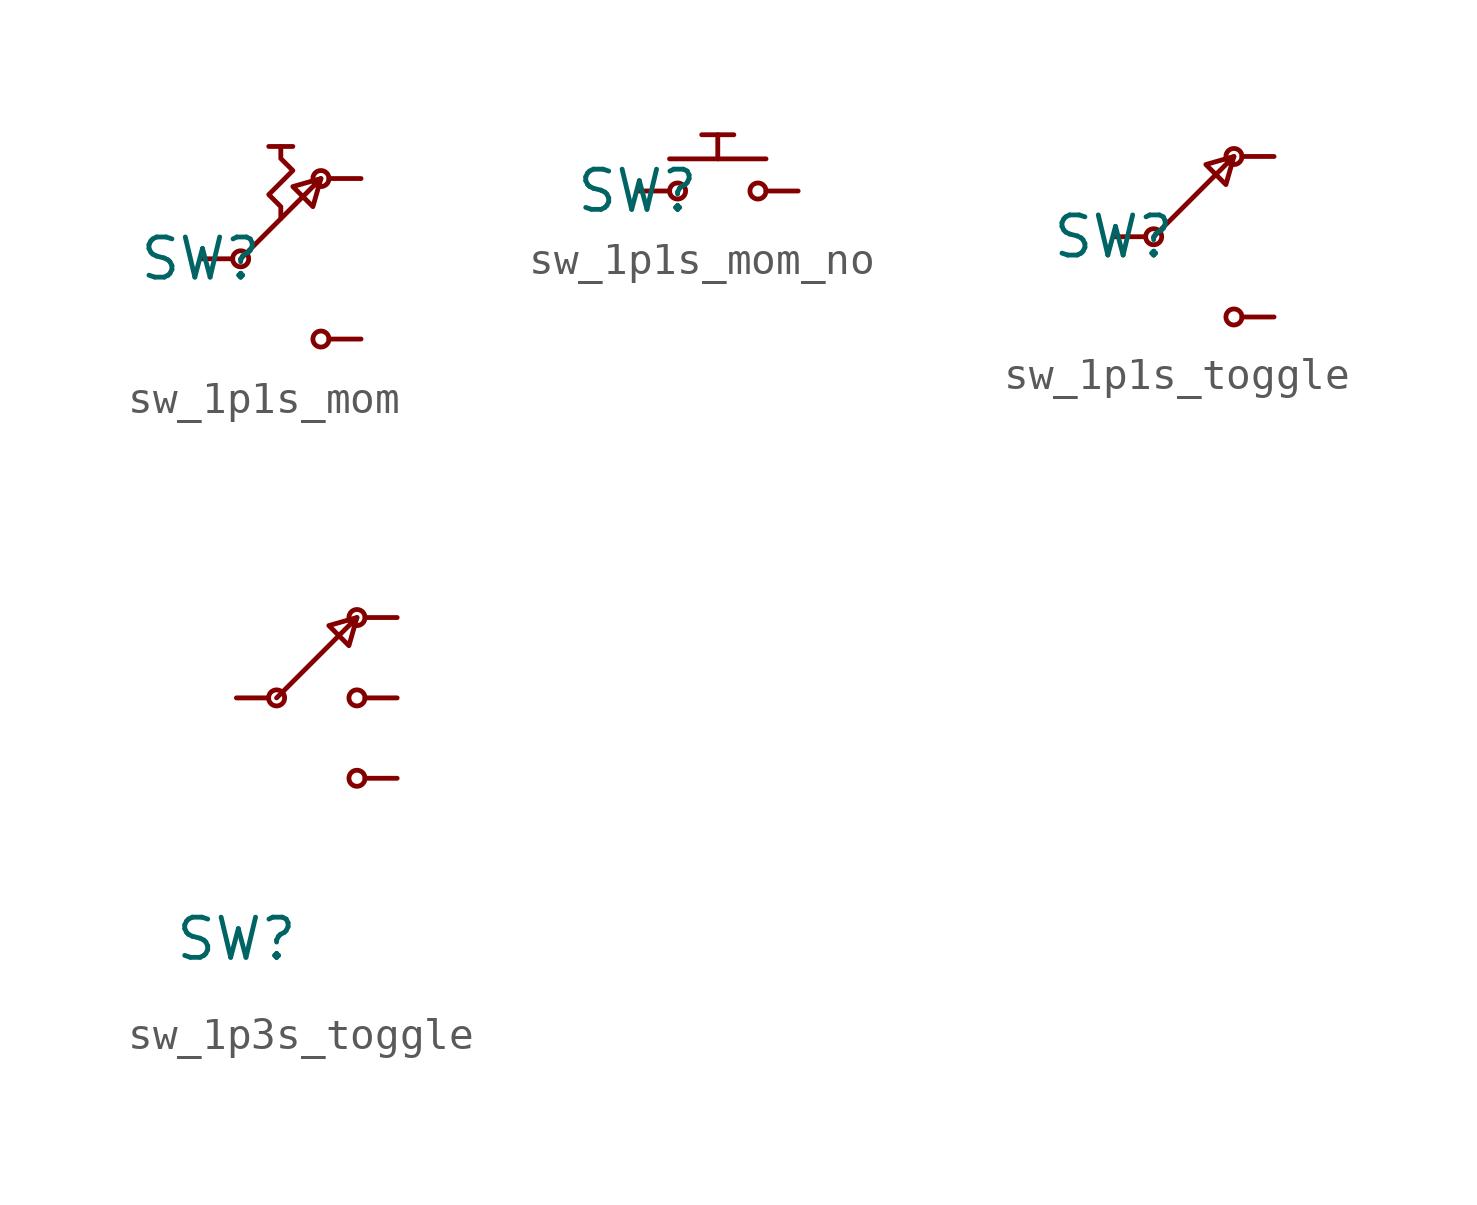
<source format=kicad_sym>
(kicad_symbol_lib
  (version 20231120)
  (generator "kicad_symbol_editor")
  (generator_version "8.0")
  (symbol "sw_1p1s_mom"
    (pin_numbers hide)
    (pin_names hide)
    (property "Reference" "SW"
      (at 1.27 0 0)
      (effects (font (size 1.27 1.27))))
    (property "Value" ""
      (at 0 0 0)
      (effects (font (size 1.27 1.27))))
    (symbol "sw_1p1s_mom_0_1"
      (polyline (pts (xy 2.54 0) (xy 5.08 2.54)) (stroke (width 0) (type default)) (fill (type none)))
      (polyline (pts (xy 3.429 3.556) (xy 4.191 3.556)) (stroke (width 0) (type default)) (fill (type none)))
      (polyline (pts (xy 5.08 2.54) (xy 4.191 2.286) (xy 4.826 1.651) (xy 5.08 2.54)) (stroke (width 0) (type default)) (fill (type none)))
      (polyline (pts (xy 3.81 1.27) (xy 3.81 1.651) (xy 3.429 2.032) (xy 4.191 2.794) (xy 3.81 3.175) (xy 3.81 3.556)) (stroke (width 0) (type default)) (fill (type none)))
      (circle (center 2.54 0) (radius 0.254) (stroke (width 0) (type default)) (fill (type none)))
      (circle (center 5.08 -2.54) (radius 0.254) (stroke (width 0) (type default)) (fill (type none)))
      (circle (center 5.08 2.54) (radius 0.254) (stroke (width 0) (type default)) (fill (type none))))
    (symbol "sw_1p1s_mom_1_0"
      (pin passive line (at 1.27 0 0) (length 1.016) (name "COM" (effects (font (size 1.27 1.27)))) (number "1" (effects (font (size 1.27 1.27)))))
      (pin passive line (at 6.35 2.54 180) (length 1.016) (name "A" (effects (font (size 1.27 1.27)))) (number "2" (effects (font (size 1.27 1.27)))))
      (pin passive line (at 6.35 -2.54 180) (length 1.016) (name "B" (effects (font (size 1.27 1.27)))) (number "3" (effects (font (size 1.27 1.27)))))))
  (symbol "sw_1p1s_mom_no"
    (pin_numbers hide)
    (pin_names hide)
    (property "Reference" "SW"
      (at 0 0 0)
      (effects (font (size 1.27 1.27))))
    (property "Value" ""
      (at 0 0 0)
      (effects (font (size 1.27 1.27))))
    (symbol "sw_1p1s_mom_no_0_1"
      (circle (center 1.27 0) (radius 0.254) (stroke (width 0) (type default)) (fill (type none)))
      (circle (center 3.81 0) (radius 0.254) (stroke (width 0) (type default)) (fill (type none))))
    (symbol "sw_1p1s_mom_no_1_0"
      (pin passive line (at 5.08 0 180) (length 1.016) (name "A" (effects (font (size 1.27 1.27)))) (number "1" (effects (font (size 1.27 1.27)))))
      (pin passive line (at 0 0 0) (length 1.016) (name "B" (effects (font (size 1.27 1.27)))) (number "2" (effects (font (size 1.27 1.27))))))
    (symbol "sw_1p1s_mom_no_1_1"
      (polyline (pts (xy 1.016 1.016) (xy 4.064 1.016)) (stroke (width 0) (type default)) (fill (type none)))
      (polyline (pts (xy 2.032 1.778) (xy 3.048 1.778)) (stroke (width 0) (type default)) (fill (type none)))
      (polyline (pts (xy 2.54 1.016) (xy 2.54 1.778)) (stroke (width 0) (type default)) (fill (type none)))))
  (symbol "sw_1p1s_toggle"
    (pin_numbers hide)
    (pin_names hide)
    (property "Reference" "SW"
      (at 1.27 0 0)
      (effects (font (size 1.27 1.27))))
    (property "Value" ""
      (at 0 0 0)
      (effects (font (size 1.27 1.27))))
    (symbol "sw_1p1s_toggle_0_1"
      (polyline (pts (xy 2.54 0) (xy 5.08 2.54)) (stroke (width 0) (type default)) (fill (type none)))
      (polyline (pts (xy 5.08 2.54) (xy 4.191 2.286) (xy 4.826 1.651) (xy 5.08 2.54)) (stroke (width 0) (type default)) (fill (type none)))
      (circle (center 2.54 0) (radius 0.254) (stroke (width 0) (type default)) (fill (type none)))
      (circle (center 5.08 -2.54) (radius 0.254) (stroke (width 0) (type default)) (fill (type none)))
      (circle (center 5.08 2.54) (radius 0.254) (stroke (width 0) (type default)) (fill (type none))))
    (symbol "sw_1p1s_toggle_1_0"
      (pin passive line (at 1.27 0 0) (length 1.016) (name "COM" (effects (font (size 1.27 1.27)))) (number "1" (effects (font (size 1.27 1.27)))))
      (pin passive line (at 6.35 2.54 180) (length 1.016) (name "A" (effects (font (size 1.27 1.27)))) (number "2" (effects (font (size 1.27 1.27)))))
      (pin passive line (at 6.35 -2.54 180) (length 1.016) (name "B" (effects (font (size 1.27 1.27)))) (number "3" (effects (font (size 1.27 1.27)))))))
  (symbol "sw_1p3s_toggle"
    (pin_numbers hide)
    (pin_names hide)
    (property "Reference" "SW"
      (at 0 0 0)
      (effects (font (size 1.27 1.27))))
    (property "Value" ""
      (at 0 0 0)
      (effects (font (size 1.27 1.27))))
    (symbol "sw_1p3s_toggle_0_1"
      (polyline (pts (xy 1.27 7.62) (xy 3.81 10.16)) (stroke (width 0) (type default)) (fill (type none)))
      (polyline (pts (xy 3.81 10.16) (xy 2.921 9.906) (xy 3.556 9.271) (xy 3.81 10.16)) (stroke (width 0) (type default)) (fill (type none)))
      (circle (center 1.27 7.62) (radius 0.254) (stroke (width 0) (type default)) (fill (type none)))
      (circle (center 3.81 5.08) (radius 0.254) (stroke (width 0) (type default)) (fill (type none)))
      (circle (center 3.81 7.62) (radius 0.254) (stroke (width 0) (type default)) (fill (type none)))
      (circle (center 3.81 10.16) (radius 0.254) (stroke (width 0) (type default)) (fill (type none))))
    (symbol "sw_1p3s_toggle_1_0"
      (pin passive line (at 0 7.62 0) (length 1.016) (name "COM" (effects (font (size 1.27 1.27)))) (number "1" (effects (font (size 1.27 1.27)))))
      (pin passive line (at 5.08 10.16 180) (length 1.016) (name "A" (effects (font (size 1.27 1.27)))) (number "2" (effects (font (size 1.27 1.27)))))
      (pin passive line (at 5.08 7.62 180) (length 1.016) (name "B" (effects (font (size 1.27 1.27)))) (number "3" (effects (font (size 1.27 1.27)))))
      (pin passive line (at 5.08 5.08 180) (length 1.016) (name "C" (effects (font (size 1.27 1.27)))) (number "4" (effects (font (size 1.27 1.27))))))))
</source>
